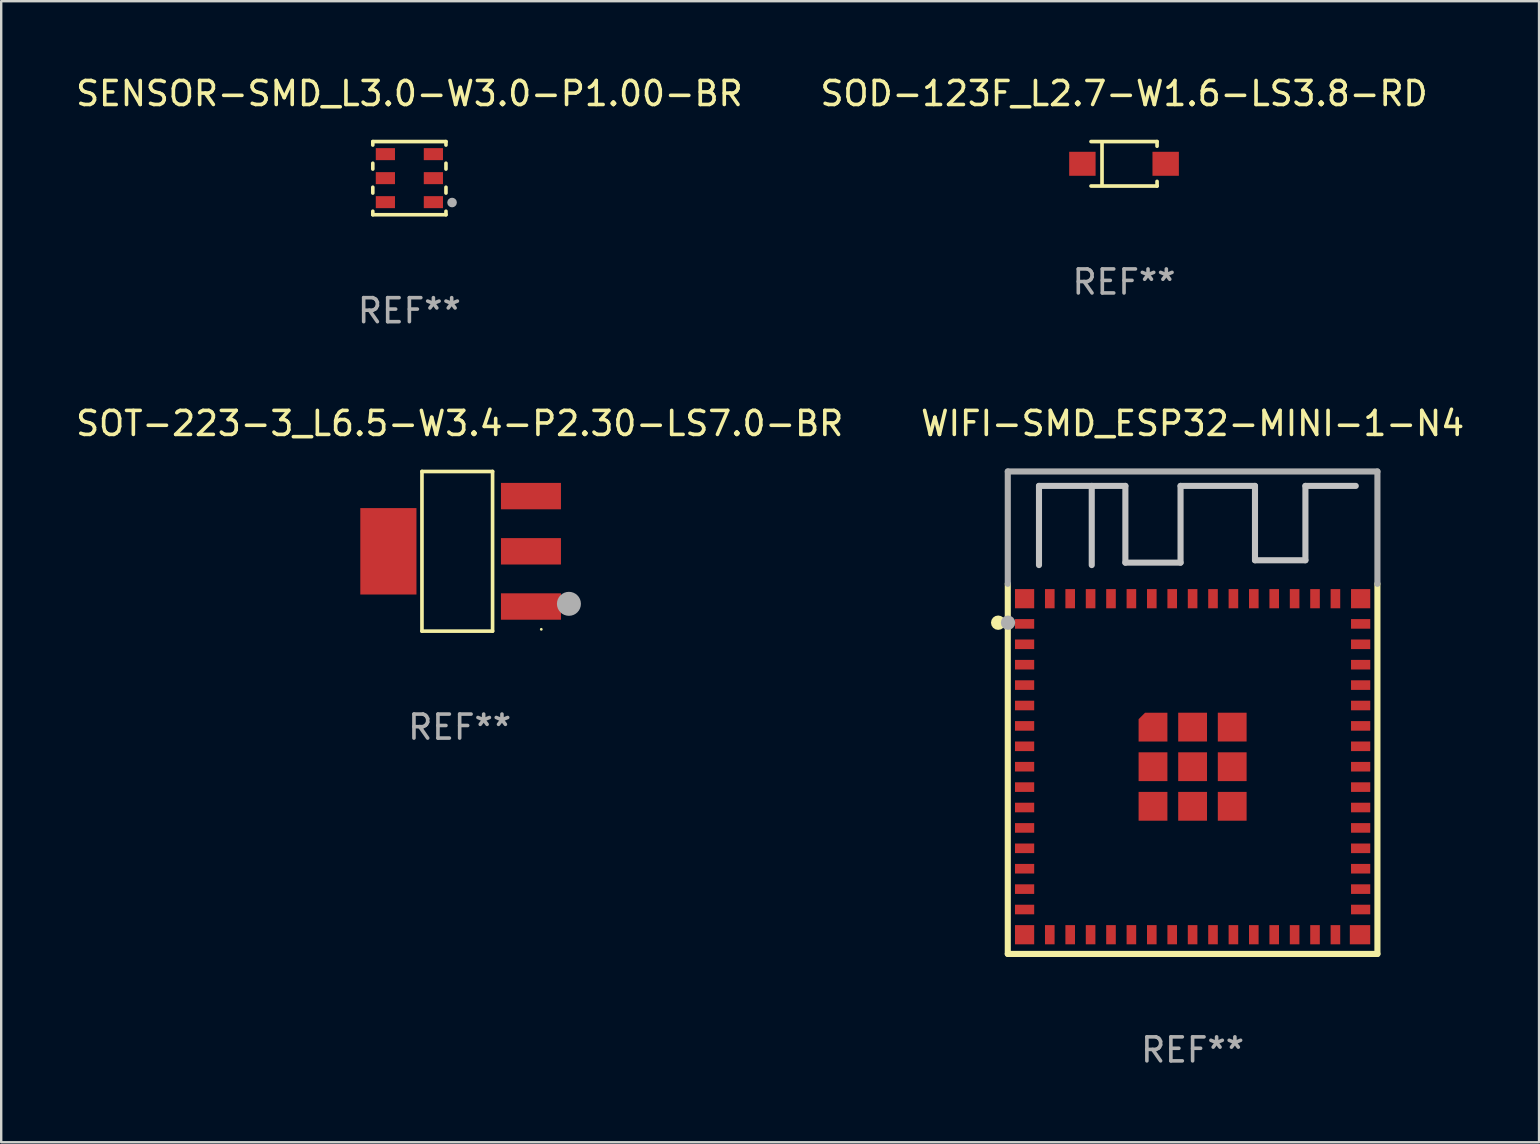
<source format=kicad_pcb>
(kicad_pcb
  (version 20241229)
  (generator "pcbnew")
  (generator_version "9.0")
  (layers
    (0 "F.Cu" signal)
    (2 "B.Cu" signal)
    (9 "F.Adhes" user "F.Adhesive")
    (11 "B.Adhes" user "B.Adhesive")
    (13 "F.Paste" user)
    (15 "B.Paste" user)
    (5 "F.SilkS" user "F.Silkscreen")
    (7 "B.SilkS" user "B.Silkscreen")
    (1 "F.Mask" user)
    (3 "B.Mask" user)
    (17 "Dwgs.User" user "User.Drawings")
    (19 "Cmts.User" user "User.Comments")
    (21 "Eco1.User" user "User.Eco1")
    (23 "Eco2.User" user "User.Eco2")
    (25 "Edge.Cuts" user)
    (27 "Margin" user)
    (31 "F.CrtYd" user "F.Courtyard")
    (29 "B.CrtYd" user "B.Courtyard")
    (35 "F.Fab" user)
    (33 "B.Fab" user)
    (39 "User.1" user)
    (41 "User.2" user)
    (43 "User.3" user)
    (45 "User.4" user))
  (footprint "SOT-223-3_L6.5-W3.4-P2.30-LS7.0-BR"
    (layer "F.Cu")
    (at 16.101 19.919)
    (property "Reference" "SOT-223-3_L6.5-W3.4-P2.30-LS7.0-BR" (at -0.000013 -5.326 0) (layer "F.SilkS") (effects (font (size 1 1) (thickness 0.15))))
    (attr smd)
    (fp_line (start -1.571 -3.326) (end 1.371 -3.326) (stroke (width 0.152) (type solid)) (layer "F.SilkS"))
    (fp_line (start -1.571 3.326) (end -1.571 -3.326) (stroke (width 0.152) (type solid)) (layer "F.SilkS"))
    (fp_line (start 1.371 -3.326) (end 1.371 3.326) (stroke (width 0.152) (type solid)) (layer "F.SilkS"))
    (fp_line (start 1.371 3.326) (end -1.571 3.326) (stroke (width 0.152) (type solid)) (layer "F.SilkS"))
    (fp_circle (center 3.4 3.25) (end 3.43 3.25) (stroke (width 0.06) (type solid)) (fill no) (layer "F.SilkS"))
    (fp_circle (center 4.552 2.188) (end 4.802 2.188) (stroke (width 0.5) (type solid)) (fill no) (layer "F.Fab"))
    (fp_text user "REF**" (at -0.000013 7.326 0) (layer "F.Fab") (effects (font (size 1 1) (thickness 0.15))))
    (pad "1" smd rect (at 2.97 2.3) (size 2.5 1.1) (layers "F.Cu" "F.Mask" "F.Paste"))
    (pad "2" smd rect (at 2.97 0) (size 2.5 1.1) (layers "F.Cu" "F.Mask" "F.Paste"))
    (pad "3" smd rect (at 2.97 -2.3) (size 2.5 1.1) (layers "F.Cu" "F.Mask" "F.Paste"))
    (pad "4" smd rect (at -2.97 0) (size 2.34 3.6) (layers "F.Cu" "F.Mask" "F.Paste")))
  (footprint "WIFI-SMD_ESP32-MINI-1-N4"
    (layer "F.Cu")
    (at 46.637 28.893)
    (property "Reference" "WIFI-SMD_ESP32-MINI-1-N4" (at -0.000076 -14.3 0) (layer "F.SilkS") (effects (font (size 1 1) (thickness 0.15))))
    (attr through_hole)
    (fp_line (start -7.7 -7.62) (end -7.7 7.8) (stroke (width 0.254) (type solid)) (layer "F.SilkS"))
    (fp_line (start -7.7 7.8) (end 7.7 7.8) (stroke (width 0.254) (type solid)) (layer "F.SilkS"))
    (fp_line (start 7.7 7.8) (end 7.7 -7.62) (stroke (width 0.254) (type solid)) (layer "F.SilkS"))
    (fp_circle (center -8.1 -6) (end -7.95 -6) (stroke (width 0.3) (type solid)) (fill no) (layer "F.SilkS"))
    (fp_line (start -6.4 -11.699) (end -2.801 -11.699) (stroke (width 0.254) (type solid)) (layer "Dwgs.User"))
    (fp_line (start -6.4 -8.4) (end -6.4 -11.699) (stroke (width 0.254) (type solid)) (layer "Dwgs.User"))
    (fp_line (start -4.202 -11.699) (end -4.202 -8.4) (stroke (width 0.254) (type solid)) (layer "Dwgs.User"))
    (fp_line (start -2.801 -11.699) (end -2.801 -8.502) (stroke (width 0.254) (type solid)) (layer "Dwgs.User"))
    (fp_line (start -2.801 -8.502) (end -0.502 -8.502) (stroke (width 0.254) (type solid)) (layer "Dwgs.User"))
    (fp_line (start -0.502 -11.699) (end 2.599 -11.699) (stroke (width 0.254) (type solid)) (layer "Dwgs.User"))
    (fp_line (start -0.502 -8.502) (end -0.502 -11.699) (stroke (width 0.254) (type solid)) (layer "Dwgs.User"))
    (fp_line (start 2.599 -11.699) (end 2.599 -8.601) (stroke (width 0.254) (type solid)) (layer "Dwgs.User"))
    (fp_line (start 2.599 -8.601) (end 4.7 -8.601) (stroke (width 0.254) (type solid)) (layer "Dwgs.User"))
    (fp_line (start 4.7 -11.699) (end 6.798 -11.699) (stroke (width 0.254) (type solid)) (layer "Dwgs.User"))
    (fp_line (start 4.7 -8.601) (end 4.7 -11.699) (stroke (width 0.254) (type solid)) (layer "Dwgs.User"))
    (fp_line (start -7.7 -12.3) (end -7.7 -7.62) (stroke (width 0.254) (type solid)) (layer "F.Fab"))
    (fp_line (start 7.7 -12.3) (end -7.7 -12.3) (stroke (width 0.254) (type solid)) (layer "F.Fab"))
    (fp_line (start 7.7 -12.3) (end 7.7 -7.62) (stroke (width 0.254) (type solid)) (layer "F.Fab"))
    (fp_circle (center -7.69 -6) (end -7.54 -6) (stroke (width 0.3) (type solid)) (fill no) (layer "F.Fab"))
    (fp_text user "REF**" (at -0.000076 11.8 0) (layer "F.Fab") (effects (font (size 1 1) (thickness 0.15))))
    (pad "1" smd rect (at -7 -5.95 90) (size 0.4 0.8) (layers "F.Cu" "F.Mask" "F.Paste"))
    (pad "2" smd rect (at -7 -5.1 90) (size 0.4 0.8) (layers "F.Cu" "F.Mask" "F.Paste"))
    (pad "3" smd rect (at -7 -4.25 90) (size 0.4 0.8) (layers "F.Cu" "F.Mask" "F.Paste"))
    (pad "4" smd rect (at -7 -3.4 90) (size 0.4 0.8) (layers "F.Cu" "F.Mask" "F.Paste"))
    (pad "5" smd rect (at -7 -2.55 90) (size 0.4 0.8) (layers "F.Cu" "F.Mask" "F.Paste"))
    (pad "6" smd rect (at -7 -1.7 90) (size 0.4 0.8) (layers "F.Cu" "F.Mask" "F.Paste"))
    (pad "7" smd rect (at -7 -0.85 90) (size 0.4 0.8) (layers "F.Cu" "F.Mask" "F.Paste"))
    (pad "8" smd rect (at -7 -0.000254 90) (size 0.4 0.8) (layers "F.Cu" "F.Mask" "F.Paste"))
    (pad "9" smd rect (at -7 0.85 90) (size 0.4 0.8) (layers "F.Cu" "F.Mask" "F.Paste"))
    (pad "10" smd rect (at -7 1.7 90) (size 0.4 0.8) (layers "F.Cu" "F.Mask" "F.Paste"))
    (pad "11" smd rect (at -7 2.55 90) (size 0.4 0.8) (layers "F.Cu" "F.Mask" "F.Paste"))
    (pad "12" smd rect (at -7 3.4 90) (size 0.4 0.8) (layers "F.Cu" "F.Mask" "F.Paste"))
    (pad "13" smd rect (at -7 4.25 90) (size 0.4 0.8) (layers "F.Cu" "F.Mask" "F.Paste"))
    (pad "14" smd rect (at -7 5.1 90) (size 0.4 0.8) (layers "F.Cu" "F.Mask" "F.Paste"))
    (pad "15" smd rect (at -7 5.95 90) (size 0.4 0.8) (layers "F.Cu" "F.Mask" "F.Paste"))
    (pad "16" smd rect (at -5.95 7) (size 0.4 0.8) (layers "F.Cu" "F.Mask" "F.Paste"))
    (pad "17" smd rect (at -5.1 7) (size 0.4 0.8) (layers "F.Cu" "F.Mask" "F.Paste"))
    (pad "18" smd rect (at -4.25 7) (size 0.4 0.8) (layers "F.Cu" "F.Mask" "F.Paste"))
    (pad "19" smd rect (at -3.4 7) (size 0.4 0.8) (layers "F.Cu" "F.Mask" "F.Paste"))
    (pad "20" smd rect (at -2.55 7) (size 0.4 0.8) (layers "F.Cu" "F.Mask" "F.Paste"))
    (pad "21" smd rect (at -1.7 7) (size 0.4 0.8) (layers "F.Cu" "F.Mask" "F.Paste"))
    (pad "22" smd rect (at -0.85 7) (size 0.4 0.8) (layers "F.Cu" "F.Mask" "F.Paste"))
    (pad "23" smd rect (at -0.000254 7) (size 0.4 0.8) (layers "F.Cu" "F.Mask" "F.Paste"))
    (pad "24" smd rect (at 0.85 7) (size 0.4 0.8) (layers "F.Cu" "F.Mask" "F.Paste"))
    (pad "25" smd rect (at 1.7 7) (size 0.4 0.8) (layers "F.Cu" "F.Mask" "F.Paste"))
    (pad "26" smd rect (at 2.55 7) (size 0.4 0.8) (layers "F.Cu" "F.Mask" "F.Paste"))
    (pad "27" smd rect (at 3.4 7) (size 0.4 0.8) (layers "F.Cu" "F.Mask" "F.Paste"))
    (pad "28" smd rect (at 4.25 7) (size 0.4 0.8) (layers "F.Cu" "F.Mask" "F.Paste"))
    (pad "29" smd rect (at 5.1 7) (size 0.4 0.8) (layers "F.Cu" "F.Mask" "F.Paste"))
    (pad "30" smd rect (at 5.95 7) (size 0.4 0.8) (layers "F.Cu" "F.Mask" "F.Paste"))
    (pad "31" smd rect (at 7 5.95 270) (size 0.4 0.8) (layers "F.Cu" "F.Mask" "F.Paste"))
    (pad "32" smd rect (at 7 5.1 270) (size 0.4 0.8) (layers "F.Cu" "F.Mask" "F.Paste"))
    (pad "33" smd rect (at 7 4.25 270) (size 0.4 0.8) (layers "F.Cu" "F.Mask" "F.Paste"))
    (pad "34" smd rect (at 7 3.4 270) (size 0.4 0.8) (layers "F.Cu" "F.Mask" "F.Paste"))
    (pad "35" smd rect (at 7 2.55 270) (size 0.4 0.8) (layers "F.Cu" "F.Mask" "F.Paste"))
    (pad "36" smd rect (at 7 1.7 270) (size 0.4 0.8) (layers "F.Cu" "F.Mask" "F.Paste"))
    (pad "37" smd rect (at 7 0.85 270) (size 0.4 0.8) (layers "F.Cu" "F.Mask" "F.Paste"))
    (pad "38" smd rect (at 7 0.000254 270) (size 0.4 0.8) (layers "F.Cu" "F.Mask" "F.Paste"))
    (pad "39" smd rect (at 7 -0.85 270) (size 0.4 0.8) (layers "F.Cu" "F.Mask" "F.Paste"))
    (pad "40" smd rect (at 7 -1.7 270) (size 0.4 0.8) (layers "F.Cu" "F.Mask" "F.Paste"))
    (pad "41" smd rect (at 7 -2.55 270) (size 0.4 0.8) (layers "F.Cu" "F.Mask" "F.Paste"))
    (pad "42" smd rect (at 7 -3.4 270) (size 0.4 0.8) (layers "F.Cu" "F.Mask" "F.Paste"))
    (pad "43" smd rect (at 7 -4.25 270) (size 0.4 0.8) (layers "F.Cu" "F.Mask" "F.Paste"))
    (pad "44" smd rect (at 7 -5.1 270) (size 0.4 0.8) (layers "F.Cu" "F.Mask" "F.Paste"))
    (pad "45" smd rect (at 7 -5.95 270) (size 0.4 0.8) (layers "F.Cu" "F.Mask" "F.Paste"))
    (pad "46" smd rect (at 5.95 -7 180) (size 0.4 0.8) (layers "F.Cu" "F.Mask" "F.Paste"))
    (pad "47" smd rect (at 5.1 -7 180) (size 0.4 0.8) (layers "F.Cu" "F.Mask" "F.Paste"))
    (pad "48" smd rect (at 4.25 -7 180) (size 0.4 0.8) (layers "F.Cu" "F.Mask" "F.Paste"))
    (pad "49" smd rect (at 3.4 -7 180) (size 0.4 0.8) (layers "F.Cu" "F.Mask" "F.Paste"))
    (pad "50" smd rect (at 2.55 -7 180) (size 0.4 0.8) (layers "F.Cu" "F.Mask" "F.Paste"))
    (pad "51" smd rect (at 1.7 -7 180) (size 0.4 0.8) (layers "F.Cu" "F.Mask" "F.Paste"))
    (pad "52" smd rect (at 0.85 -7 180) (size 0.4 0.8) (layers "F.Cu" "F.Mask" "F.Paste"))
    (pad "53" smd rect (at 0 -7 180) (size 0.4 0.8) (layers "F.Cu" "F.Mask" "F.Paste"))
    (pad "54" smd rect (at -0.85 -7 180) (size 0.4 0.8) (layers "F.Cu" "F.Mask" "F.Paste"))
    (pad "55" smd rect (at -1.7 -7 180) (size 0.4 0.8) (layers "F.Cu" "F.Mask" "F.Paste"))
    (pad "56" smd rect (at -2.55 -7 180) (size 0.4 0.8) (layers "F.Cu" "F.Mask" "F.Paste"))
    (pad "57" smd rect (at -3.4 -7 180) (size 0.4 0.8) (layers "F.Cu" "F.Mask" "F.Paste"))
    (pad "58" smd rect (at -4.25 -7 180) (size 0.4 0.8) (layers "F.Cu" "F.Mask" "F.Paste"))
    (pad "59" smd rect (at -5.1 -7 180) (size 0.4 0.8) (layers "F.Cu" "F.Mask" "F.Paste"))
    (pad "60" smd rect (at -5.95 -7 180) (size 0.4 0.8) (layers "F.Cu" "F.Mask" "F.Paste"))
    (pad "61" smd custom (at -1.65 -1.65) (size 0.1 0.1) (layers "F.Cu" "F.Mask" "F.Paste") (options (anchor circle)) (primitives (gr_poly (pts (xy 0.6 0.6) (xy -0.6 0.6) (xy -0.6 -0.31) (xy -0.6 -0.33) (xy -0.33 -0.6) (xy 0.6 -0.6)) (width 0) (fill yes))))
    (pad "61" smd rect (at -1.65 0 90) (size 1.2 1.2) (layers "F.Cu" "F.Mask" "F.Paste"))
    (pad "61" smd rect (at -1.65 1.65 90) (size 1.2 1.2) (layers "F.Cu" "F.Mask" "F.Paste"))
    (pad "61" smd rect (at 0 -1.65 90) (size 1.2 1.2) (layers "F.Cu" "F.Mask" "F.Paste"))
    (pad "61" smd rect (at 0 0 90) (size 1.2 1.2) (layers "F.Cu" "F.Mask" "F.Paste"))
    (pad "61" smd rect (at 0 1.65 90) (size 1.2 1.2) (layers "F.Cu" "F.Mask" "F.Paste"))
    (pad "61" smd rect (at 1.65 1.65 90) (size 1.2 1.2) (layers "F.Cu" "F.Mask" "F.Paste"))
    (pad "61" smd rect (at 1.65 -1.65 90) (size 1.2 1.2) (layers "F.Cu" "F.Mask" "F.Paste"))
    (pad "61" smd rect (at 1.65 0 90) (size 1.2 1.2) (layers "F.Cu" "F.Mask" "F.Paste"))
    (pad "62" smd rect (at -7 -7 90) (size 0.8 0.8) (layers "F.Cu" "F.Mask" "F.Paste"))
    (pad "63" smd rect (at -7 7 90) (size 0.8 0.8) (layers "F.Cu" "F.Mask" "F.Paste"))
    (pad "64" smd rect (at 6.975 7 90) (size 0.8 0.85) (layers "F.Cu" "F.Mask" "F.Paste"))
    (pad "65" smd rect (at 7 -7 90) (size 0.8 0.8) (layers "F.Cu" "F.Mask" "F.Paste")))
  (footprint "SOD-123F_L2.7-W1.6-LS3.8-RD"
    (layer "F.Cu")
    (at 43.78 3.774)
    (property "Reference" "SOD-123F_L2.7-W1.6-LS3.8-RD" (at 0 -2.926 0) (layer "F.SilkS") (effects (font (size 1 1) (thickness 0.15))))
    (attr through_hole)
    (fp_line (start -1.376 -0.926) (end 1.376 -0.926) (stroke (width 0.152) (type solid)) (layer "F.SilkS"))
    (fp_line (start -1.376 0.926) (end 1.376 0.926) (stroke (width 0.152) (type solid)) (layer "F.SilkS"))
    (fp_line (start -0.917 -0.876) (end -0.917 0.876) (stroke (width 0.152) (type solid)) (layer "F.SilkS"))
    (fp_line (start 1.376 -0.926) (end 1.376 -0.733) (stroke (width 0.152) (type solid)) (layer "F.SilkS"))
    (fp_line (start 1.376 0.926) (end 1.376 0.733) (stroke (width 0.152) (type solid)) (layer "F.SilkS"))
    (fp_text user "REF**" (at 0 4.926 0) (layer "F.Fab") (effects (font (size 1 1) (thickness 0.15))))
    (pad "1" smd rect (at -1.735 0) (size 1.1 1) (layers "F.Cu" "F.Mask" "F.Paste"))
    (pad "2" smd rect (at 1.735 0) (size 1.1 1) (layers "F.Cu" "F.Mask" "F.Paste")))
  (footprint "SENSOR-SMD_L3.0-W3.0-P1.00-BR"
    (layer "F.Cu")
    (at 14.006 4.372)
    (property "Reference" "SENSOR-SMD_L3.0-W3.0-P1.00-BR" (at 0.000076 -3.524 0) (layer "F.SilkS") (effects (font (size 1 1) (thickness 0.15))))
    (attr through_hole)
    (fp_line (start -1.524 -1.524) (end -1.524 -1.378) (stroke (width 0.15) (type solid)) (layer "F.SilkS"))
    (fp_line (start -1.524 -0.622) (end -1.524 -0.378) (stroke (width 0.15) (type solid)) (layer "F.SilkS"))
    (fp_line (start -1.524 0.378) (end -1.524 0.622) (stroke (width 0.15) (type solid)) (layer "F.SilkS"))
    (fp_line (start -1.524 1.378) (end -1.524 1.524) (stroke (width 0.15) (type solid)) (layer "F.SilkS"))
    (fp_line (start -1.524 1.524) (end 1.524 1.524) (stroke (width 0.15) (type solid)) (layer "F.SilkS"))
    (fp_line (start 1.524 -1.524) (end -1.524 -1.524) (stroke (width 0.15) (type solid)) (layer "F.SilkS"))
    (fp_line (start 1.524 -1.378) (end 1.524 -1.524) (stroke (width 0.15) (type solid)) (layer "F.SilkS"))
    (fp_line (start 1.524 -0.378) (end 1.524 -0.622) (stroke (width 0.15) (type solid)) (layer "F.SilkS"))
    (fp_line (start 1.524 0.622) (end 1.524 0.378) (stroke (width 0.15) (type solid)) (layer "F.SilkS"))
    (fp_line (start 1.524 1.524) (end 1.524 1.378) (stroke (width 0.15) (type solid)) (layer "F.SilkS"))
    (fp_circle (center 1.5 1.5) (end 1.53 1.5) (stroke (width 0.06) (type solid)) (fill no) (layer "F.SilkS"))
    (fp_circle (center 1.778 1.016) (end 1.878 1.016) (stroke (width 0.2) (type solid)) (fill no) (layer "F.Fab"))
    (fp_text user "REF**" (at 0.000076 5.524 0) (layer "F.Fab") (effects (font (size 1 1) (thickness 0.15))))
    (pad "1" smd rect (at 1 1 180) (size 0.8 0.5) (layers "F.Cu" "F.Mask" "F.Paste"))
    (pad "2" smd rect (at 1 -0.000025 180) (size 0.8 0.5) (layers "F.Cu" "F.Mask" "F.Paste"))
    (pad "3" smd rect (at 1 -1 180) (size 0.8 0.5) (layers "F.Cu" "F.Mask" "F.Paste"))
    (pad "4" smd rect (at -1 -1 180) (size 0.8 0.5) (layers "F.Cu" "F.Mask" "F.Paste"))
    (pad "5" smd rect (at -1 -0.000025 180) (size 0.8 0.5) (layers "F.Cu" "F.Mask" "F.Paste"))
    (pad "6" smd rect (at -1 1 180) (size 0.8 0.5) (layers "F.Cu" "F.Mask" "F.Paste")))
  (gr_rect
    (start -3 -3)
    (end 61.071 44.541)
    (stroke (width 0.1) (type default))
    (fill no)
    (layer "Edge.Cuts")))
</source>
